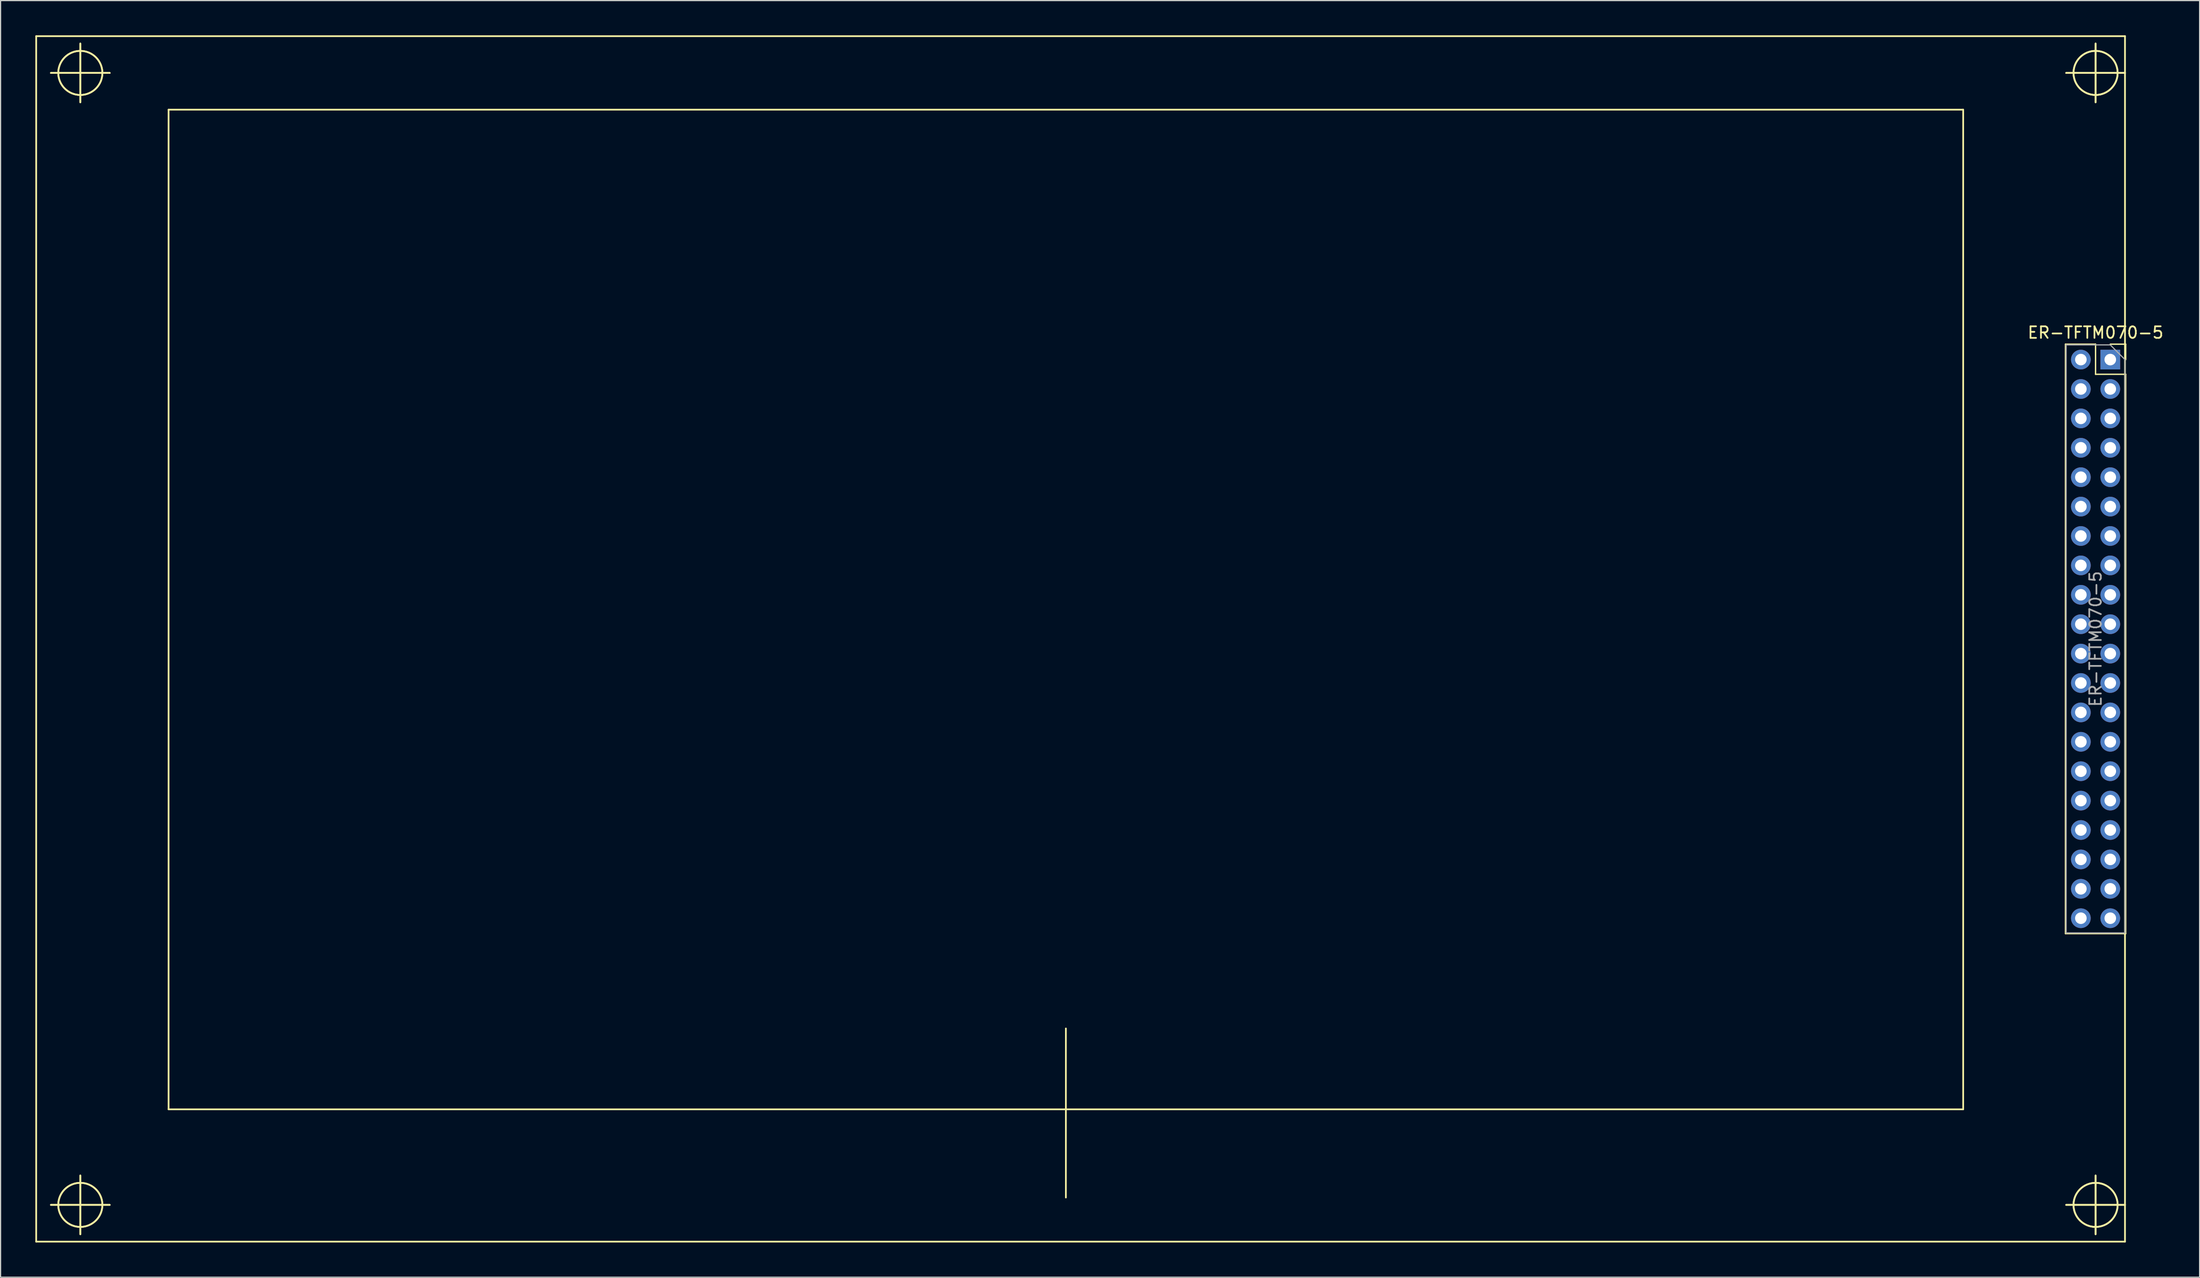
<source format=kicad_pcb>
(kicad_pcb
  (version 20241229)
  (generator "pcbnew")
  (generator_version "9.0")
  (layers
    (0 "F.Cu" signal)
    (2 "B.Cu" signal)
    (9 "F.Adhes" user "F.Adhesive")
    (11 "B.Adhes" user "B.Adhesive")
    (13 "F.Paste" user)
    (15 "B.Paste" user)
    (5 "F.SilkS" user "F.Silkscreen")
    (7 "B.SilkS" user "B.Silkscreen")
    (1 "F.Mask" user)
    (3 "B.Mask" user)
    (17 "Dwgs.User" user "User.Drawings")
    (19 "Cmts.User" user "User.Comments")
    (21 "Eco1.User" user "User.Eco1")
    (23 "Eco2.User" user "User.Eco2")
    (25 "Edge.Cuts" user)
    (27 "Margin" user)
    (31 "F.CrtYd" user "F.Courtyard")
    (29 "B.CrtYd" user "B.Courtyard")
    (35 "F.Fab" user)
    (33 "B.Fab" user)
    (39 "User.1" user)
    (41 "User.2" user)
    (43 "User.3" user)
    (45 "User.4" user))
  (footprint "ER-TFTM070-5"
    (layer "F.Cu")
    (at 179.145 28.015)
    (property "Reference" "ER-TFTM070-5" (at -1.27 -2.33 0) (layer "F.SilkS") (effects (font (size 1 1) (thickness 0.15))))
    (attr through_hole)
    (fp_line (start -179.07 -27.94) (end 1.27 -27.94) (stroke (width 0.15) (type solid)) (layer "F.SilkS"))
    (fp_line (start -179.07 76.2) (end -179.07 -27.94) (stroke (width 0.15) (type solid)) (layer "F.SilkS"))
    (fp_line (start -177.8 -24.765) (end -172.72 -24.765) (stroke (width 0.15) (type solid)) (layer "F.SilkS"))
    (fp_line (start -177.8 -24.765) (end -172.72 -24.765) (stroke (width 0.15) (type solid)) (layer "F.SilkS"))
    (fp_line (start -177.8 73.025) (end -172.72 73.025) (stroke (width 0.15) (type solid)) (layer "F.SilkS"))
    (fp_line (start -177.8 73.025) (end -172.72 73.025) (stroke (width 0.15) (type solid)) (layer "F.SilkS"))
    (fp_line (start -175.26 -27.305) (end -175.26 -26.67) (stroke (width 0.15) (type solid)) (layer "F.SilkS"))
    (fp_line (start -175.26 -27.305) (end -175.26 -26.67) (stroke (width 0.15) (type solid)) (layer "F.SilkS"))
    (fp_line (start -175.26 -26.67) (end -175.26 -22.225) (stroke (width 0.15) (type solid)) (layer "F.SilkS"))
    (fp_line (start -175.26 -26.67) (end -175.26 -22.225) (stroke (width 0.15) (type solid)) (layer "F.SilkS"))
    (fp_line (start -175.26 70.485) (end -175.26 71.12) (stroke (width 0.15) (type solid)) (layer "F.SilkS"))
    (fp_line (start -175.26 70.485) (end -175.26 71.12) (stroke (width 0.15) (type solid)) (layer "F.SilkS"))
    (fp_line (start -175.26 71.12) (end -175.26 75.565) (stroke (width 0.15) (type solid)) (layer "F.SilkS"))
    (fp_line (start -175.26 71.12) (end -175.26 75.565) (stroke (width 0.15) (type solid)) (layer "F.SilkS"))
    (fp_line (start -167.64 -21.59) (end -167.64 64.77) (stroke (width 0.15) (type solid)) (layer "F.SilkS"))
    (fp_line (start -167.64 64.77) (end -12.7 64.77) (stroke (width 0.15) (type solid)) (layer "F.SilkS"))
    (fp_line (start -90.17 57.785) (end -90.17 72.39) (stroke (width 0.15) (type solid)) (layer "F.SilkS"))
    (fp_line (start -12.7 -21.59) (end -167.64 -21.59) (stroke (width 0.15) (type solid)) (layer "F.SilkS"))
    (fp_line (start -12.7 64.77) (end -12.7 -21.59) (stroke (width 0.15) (type solid)) (layer "F.SilkS"))
    (fp_line (start -3.87 -1.33) (end -3.87 49.59) (stroke (width 0.12) (type solid)) (layer "F.SilkS"))
    (fp_line (start -3.81 -24.765) (end 1.27 -24.765) (stroke (width 0.15) (type solid)) (layer "F.SilkS"))
    (fp_line (start -3.81 -24.765) (end 1.27 -24.765) (stroke (width 0.15) (type solid)) (layer "F.SilkS"))
    (fp_line (start -3.81 73.025) (end 1.27 73.025) (stroke (width 0.15) (type solid)) (layer "F.SilkS"))
    (fp_line (start -3.81 73.025) (end 1.27 73.025) (stroke (width 0.15) (type solid)) (layer "F.SilkS"))
    (fp_line (start -1.27 -27.305) (end -1.27 -26.67) (stroke (width 0.15) (type solid)) (layer "F.SilkS"))
    (fp_line (start -1.27 -27.305) (end -1.27 -26.67) (stroke (width 0.15) (type solid)) (layer "F.SilkS"))
    (fp_line (start -1.27 -26.67) (end -1.27 -22.225) (stroke (width 0.15) (type solid)) (layer "F.SilkS"))
    (fp_line (start -1.27 -26.67) (end -1.27 -22.225) (stroke (width 0.15) (type solid)) (layer "F.SilkS"))
    (fp_line (start -1.27 -1.33) (end -3.87 -1.33) (stroke (width 0.12) (type solid)) (layer "F.SilkS"))
    (fp_line (start -1.27 1.27) (end -1.27 -1.33) (stroke (width 0.12) (type solid)) (layer "F.SilkS"))
    (fp_line (start -1.27 70.485) (end -1.27 71.12) (stroke (width 0.15) (type solid)) (layer "F.SilkS"))
    (fp_line (start -1.27 70.485) (end -1.27 71.12) (stroke (width 0.15) (type solid)) (layer "F.SilkS"))
    (fp_line (start -1.27 71.12) (end -1.27 75.565) (stroke (width 0.15) (type solid)) (layer "F.SilkS"))
    (fp_line (start -1.27 71.12) (end -1.27 75.565) (stroke (width 0.15) (type solid)) (layer "F.SilkS"))
    (fp_line (start 0 0) (end 0 0) (stroke (width 0.1) (type solid)) (layer "F.SilkS"))
    (fp_line (start 0 0) (end 0 0) (stroke (width 0.1) (type solid)) (layer "F.SilkS"))
    (fp_line (start 0 0) (end 0 0) (stroke (width 0.1) (type solid)) (layer "F.SilkS"))
    (fp_line (start 0 0) (end 0 0) (stroke (width 0.1) (type solid)) (layer "F.SilkS"))
    (fp_line (start 0 0) (end 0 0) (stroke (width 0.1) (type solid)) (layer "F.SilkS"))
    (fp_line (start 0 0) (end 0 0) (stroke (width 0.1) (type solid)) (layer "F.SilkS"))
    (fp_line (start 0 0) (end 0 0) (stroke (width 0.1) (type solid)) (layer "F.SilkS"))
    (fp_line (start 0 0) (end 0 0) (stroke (width 0.1) (type solid)) (layer "F.SilkS"))
    (fp_line (start 0 0) (end 0 0) (stroke (width 0.1) (type solid)) (layer "F.SilkS"))
    (fp_line (start 0 0) (end 0 0) (stroke (width 0.1) (type solid)) (layer "F.SilkS"))
    (fp_line (start 0 0) (end 0 0) (stroke (width 0.1) (type solid)) (layer "F.SilkS"))
    (fp_line (start 0 0) (end 0 0) (stroke (width 0.1) (type solid)) (layer "F.SilkS"))
    (fp_line (start 0 0) (end 0 0) (stroke (width 0.1) (type solid)) (layer "F.SilkS"))
    (fp_line (start 0 0) (end 0 0) (stroke (width 0.1) (type solid)) (layer "F.SilkS"))
    (fp_line (start 0 0) (end 0 0) (stroke (width 0.1) (type solid)) (layer "F.SilkS"))
    (fp_line (start 0 0) (end 0 0) (stroke (width 0.1) (type solid)) (layer "F.SilkS"))
    (fp_line (start 0 0) (end 0 0) (stroke (width 0.1) (type solid)) (layer "F.SilkS"))
    (fp_line (start 0 0) (end 0 0) (stroke (width 0.1) (type solid)) (layer "F.SilkS"))
    (fp_line (start 0 0) (end 0 0) (stroke (width 0.1) (type solid)) (layer "F.SilkS"))
    (fp_line (start 0 0) (end 0 0) (stroke (width 0.1) (type solid)) (layer "F.SilkS"))
    (fp_line (start 0 0) (end 0 0) (stroke (width 0.1) (type solid)) (layer "F.SilkS"))
    (fp_line (start 0 0) (end 0 0) (stroke (width 0.1) (type solid)) (layer "F.SilkS"))
    (fp_line (start 0 0) (end 0 0) (stroke (width 0.1) (type solid)) (layer "F.SilkS"))
    (fp_line (start 0 0) (end 0 0) (stroke (width 0.1) (type solid)) (layer "F.SilkS"))
    (fp_line (start 0 0) (end 0 0) (stroke (width 0.1) (type solid)) (layer "F.SilkS"))
    (fp_line (start 0 0) (end 0 0) (stroke (width 0.1) (type solid)) (layer "F.SilkS"))
    (fp_line (start 0 0) (end 0 0) (stroke (width 0.1) (type solid)) (layer "F.SilkS"))
    (fp_line (start 0 0) (end 0 0) (stroke (width 0.1) (type solid)) (layer "F.SilkS"))
    (fp_line (start 0 0) (end 0 0) (stroke (width 0.1) (type solid)) (layer "F.SilkS"))
    (fp_line (start 0 0) (end 0 0) (stroke (width 0.1) (type solid)) (layer "F.SilkS"))
    (fp_line (start 0 0) (end 0 0) (stroke (width 0.1) (type solid)) (layer "F.SilkS"))
    (fp_line (start 0 0) (end 0 0) (stroke (width 0.1) (type solid)) (layer "F.SilkS"))
    (fp_line (start 0 0) (end 0 0) (stroke (width 0.1) (type solid)) (layer "F.SilkS"))
    (fp_line (start 0 0) (end 0 0) (stroke (width 0.1) (type solid)) (layer "F.SilkS"))
    (fp_line (start 0 0) (end 0 0) (stroke (width 0.1) (type solid)) (layer "F.SilkS"))
    (fp_line (start 0 0) (end 0 0) (stroke (width 0.1) (type solid)) (layer "F.SilkS"))
    (fp_line (start 0 0) (end 0 0) (stroke (width 0.1) (type solid)) (layer "F.SilkS"))
    (fp_line (start 0 0) (end 0 0) (stroke (width 0.1) (type solid)) (layer "F.SilkS"))
    (fp_line (start 0 0) (end 0 0) (stroke (width 0.1) (type solid)) (layer "F.SilkS"))
    (fp_line (start 0 0) (end 0 0) (stroke (width 0.1) (type solid)) (layer "F.SilkS"))
    (fp_line (start 0 0) (end 0 0) (stroke (width 0.1) (type solid)) (layer "F.SilkS"))
    (fp_line (start 0 0) (end 0 0) (stroke (width 0.1) (type solid)) (layer "F.SilkS"))
    (fp_line (start 0 0) (end 0 0) (stroke (width 0.1) (type solid)) (layer "F.SilkS"))
    (fp_line (start 0 0) (end 0 0) (stroke (width 0.1) (type solid)) (layer "F.SilkS"))
    (fp_line (start 0 0) (end 0 0) (stroke (width 0.1) (type solid)) (layer "F.SilkS"))
    (fp_line (start 0 0) (end 0 0) (stroke (width 0.1) (type solid)) (layer "F.SilkS"))
    (fp_line (start 0 0) (end 0 0) (stroke (width 0.1) (type solid)) (layer "F.SilkS"))
    (fp_line (start 0 0) (end 0 0) (stroke (width 0.1) (type solid)) (layer "F.SilkS"))
    (fp_line (start 0 0) (end 0 0) (stroke (width 0.1) (type solid)) (layer "F.SilkS"))
    (fp_line (start 0 0) (end 0 0) (stroke (width 0.1) (type solid)) (layer "F.SilkS"))
    (fp_line (start 0 0) (end 0 0) (stroke (width 0.1) (type solid)) (layer "F.SilkS"))
    (fp_line (start 0 0) (end 0 0) (stroke (width 0.1) (type solid)) (layer "F.SilkS"))
    (fp_line (start 0 0) (end 0 0) (stroke (width 0.1) (type solid)) (layer "F.SilkS"))
    (fp_line (start 0 0) (end 0 0) (stroke (width 0.1) (type solid)) (layer "F.SilkS"))
    (fp_line (start 0 0) (end 0 0) (stroke (width 0.1) (type solid)) (layer "F.SilkS"))
    (fp_line (start 0 0) (end 0 0) (stroke (width 0.1) (type solid)) (layer "F.SilkS"))
    (fp_line (start 0 0) (end 0 0) (stroke (width 0.1) (type solid)) (layer "F.SilkS"))
    (fp_line (start 1.27 -27.94) (end 1.27 76.2) (stroke (width 0.15) (type solid)) (layer "F.SilkS"))
    (fp_line (start 1.27 76.2) (end -179.07 76.2) (stroke (width 0.15) (type solid)) (layer "F.SilkS"))
    (fp_line (start 1.33 -1.33) (end 0 -1.33) (stroke (width 0.12) (type solid)) (layer "F.SilkS"))
    (fp_line (start 1.33 0) (end 1.33 -1.33) (stroke (width 0.12) (type solid)) (layer "F.SilkS"))
    (fp_line (start 1.33 1.27) (end -1.27 1.27) (stroke (width 0.12) (type solid)) (layer "F.SilkS"))
    (fp_line (start 1.33 1.27) (end 1.33 49.59) (stroke (width 0.12) (type solid)) (layer "F.SilkS"))
    (fp_line (start 1.33 49.59) (end -3.87 49.59) (stroke (width 0.12) (type solid)) (layer "F.SilkS"))
    (fp_circle (center -175.26 -24.765) (end -177.165 -24.765) (stroke (width 0.15) (type solid)) (fill no) (layer "F.SilkS"))
    (fp_circle (center -175.26 -24.765) (end -177.165 -24.765) (stroke (width 0.15) (type solid)) (fill no) (layer "F.SilkS"))
    (fp_circle (center -175.26 73.025) (end -177.165 73.025) (stroke (width 0.15) (type solid)) (fill no) (layer "F.SilkS"))
    (fp_circle (center -175.26 73.025) (end -177.165 73.025) (stroke (width 0.15) (type solid)) (fill no) (layer "F.SilkS"))
    (fp_circle (center -1.27 -24.765) (end -3.175 -24.765) (stroke (width 0.15) (type solid)) (fill no) (layer "F.SilkS"))
    (fp_circle (center -1.27 -24.765) (end -3.175 -24.765) (stroke (width 0.15) (type solid)) (fill no) (layer "F.SilkS"))
    (fp_circle (center -1.27 73.025) (end -3.175 73.025) (stroke (width 0.15) (type solid)) (fill no) (layer "F.SilkS"))
    (fp_circle (center -1.27 73.025) (end -3.175 73.025) (stroke (width 0.15) (type solid)) (fill no) (layer "F.SilkS"))
    (fp_circle (center 0 0) (end 0 0) (stroke (width 0.1) (type solid)) (fill no) (layer "F.SilkS"))
    (fp_circle (center 0 0) (end 0 0) (stroke (width 0.1) (type solid)) (fill no) (layer "F.SilkS"))
    (fp_circle (center 0 0) (end 0 0) (stroke (width 0.1) (type solid)) (fill no) (layer "F.SilkS"))
    (fp_circle (center 0 0) (end 0 0) (stroke (width 0.1) (type solid)) (fill no) (layer "F.SilkS"))
    (fp_circle (center 0 0) (end 0 0) (stroke (width 0.1) (type solid)) (fill no) (layer "F.SilkS"))
    (fp_circle (center 0 0) (end 0 0) (stroke (width 0.1) (type solid)) (fill no) (layer "F.SilkS"))
    (fp_circle (center 0 0) (end 0 0) (stroke (width 0.1) (type solid)) (fill no) (layer "F.SilkS"))
    (fp_circle (center 0 0) (end 0 0) (stroke (width 0.1) (type solid)) (fill no) (layer "F.SilkS"))
    (fp_line (start -3.81 -1.27) (end -3.81 49.53) (stroke (width 0.1) (type solid)) (layer "F.Fab"))
    (fp_line (start -3.81 49.53) (end 1.27 49.53) (stroke (width 0.1) (type solid)) (layer "F.Fab"))
    (fp_line (start 0 -1.27) (end -3.81 -1.27) (stroke (width 0.1) (type solid)) (layer "F.Fab"))
    (fp_line (start 1.27 0) (end 0 -1.27) (stroke (width 0.1) (type solid)) (layer "F.Fab"))
    (fp_line (start 1.27 49.53) (end 1.27 0) (stroke (width 0.1) (type solid)) (layer "F.Fab"))
    (fp_text user "${REFERENCE}" (at -1.27 24.13 270) (layer "F.Fab") (effects (font (size 1 1) (thickness 0.15))))
    (pad "1" thru_hole rect (at 0 0) (size 1.7 1.7) (drill 1) (layers "*.Cu" "*.Mask"))
    (pad "2" thru_hole oval (at -2.54 0) (size 1.7 1.7) (drill 1) (layers "*.Cu" "*.Mask"))
    (pad "3" thru_hole oval (at 0 2.54) (size 1.7 1.7) (drill 1) (layers "*.Cu" "*.Mask"))
    (pad "4" thru_hole oval (at -2.54 2.54) (size 1.7 1.7) (drill 1) (layers "*.Cu" "*.Mask"))
    (pad "5" thru_hole oval (at 0 5.08) (size 1.7 1.7) (drill 1) (layers "*.Cu" "*.Mask"))
    (pad "6" thru_hole oval (at -2.54 5.08) (size 1.7 1.7) (drill 1) (layers "*.Cu" "*.Mask"))
    (pad "7" thru_hole oval (at 0 7.62) (size 1.7 1.7) (drill 1) (layers "*.Cu" "*.Mask"))
    (pad "8" thru_hole oval (at -2.54 7.62) (size 1.7 1.7) (drill 1) (layers "*.Cu" "*.Mask"))
    (pad "9" thru_hole oval (at 0 10.16) (size 1.7 1.7) (drill 1) (layers "*.Cu" "*.Mask"))
    (pad "10" thru_hole oval (at -2.54 10.16) (size 1.7 1.7) (drill 1) (layers "*.Cu" "*.Mask"))
    (pad "11" thru_hole oval (at 0 12.7) (size 1.7 1.7) (drill 1) (layers "*.Cu" "*.Mask"))
    (pad "12" thru_hole oval (at -2.54 12.7) (size 1.7 1.7) (drill 1) (layers "*.Cu" "*.Mask"))
    (pad "13" thru_hole oval (at 0 15.24) (size 1.7 1.7) (drill 1) (layers "*.Cu" "*.Mask"))
    (pad "14" thru_hole oval (at -2.54 15.24) (size 1.7 1.7) (drill 1) (layers "*.Cu" "*.Mask"))
    (pad "15" thru_hole oval (at 0 17.78) (size 1.7 1.7) (drill 1) (layers "*.Cu" "*.Mask"))
    (pad "16" thru_hole oval (at -2.54 17.78) (size 1.7 1.7) (drill 1) (layers "*.Cu" "*.Mask"))
    (pad "17" thru_hole oval (at 0 20.32) (size 1.7 1.7) (drill 1) (layers "*.Cu" "*.Mask"))
    (pad "18" thru_hole oval (at -2.54 20.32) (size 1.7 1.7) (drill 1) (layers "*.Cu" "*.Mask"))
    (pad "19" thru_hole oval (at 0 22.86) (size 1.7 1.7) (drill 1) (layers "*.Cu" "*.Mask"))
    (pad "20" thru_hole oval (at -2.54 22.86) (size 1.7 1.7) (drill 1) (layers "*.Cu" "*.Mask"))
    (pad "21" thru_hole oval (at 0 25.4) (size 1.7 1.7) (drill 1) (layers "*.Cu" "*.Mask"))
    (pad "22" thru_hole oval (at -2.54 25.4) (size 1.7 1.7) (drill 1) (layers "*.Cu" "*.Mask"))
    (pad "23" thru_hole oval (at 0 27.94) (size 1.7 1.7) (drill 1) (layers "*.Cu" "*.Mask"))
    (pad "24" thru_hole oval (at -2.54 27.94) (size 1.7 1.7) (drill 1) (layers "*.Cu" "*.Mask"))
    (pad "25" thru_hole oval (at 0 30.48) (size 1.7 1.7) (drill 1) (layers "*.Cu" "*.Mask"))
    (pad "26" thru_hole oval (at -2.54 30.48) (size 1.7 1.7) (drill 1) (layers "*.Cu" "*.Mask"))
    (pad "27" thru_hole oval (at 0 33.02) (size 1.7 1.7) (drill 1) (layers "*.Cu" "*.Mask"))
    (pad "28" thru_hole oval (at -2.54 33.02) (size 1.7 1.7) (drill 1) (layers "*.Cu" "*.Mask"))
    (pad "29" thru_hole oval (at 0 35.56) (size 1.7 1.7) (drill 1) (layers "*.Cu" "*.Mask"))
    (pad "30" thru_hole oval (at -2.54 35.56) (size 1.7 1.7) (drill 1) (layers "*.Cu" "*.Mask"))
    (pad "31" thru_hole oval (at 0 38.1) (size 1.7 1.7) (drill 1) (layers "*.Cu" "*.Mask"))
    (pad "32" thru_hole oval (at -2.54 38.1) (size 1.7 1.7) (drill 1) (layers "*.Cu" "*.Mask"))
    (pad "33" thru_hole oval (at 0 40.64) (size 1.7 1.7) (drill 1) (layers "*.Cu" "*.Mask"))
    (pad "34" thru_hole oval (at -2.54 40.64) (size 1.7 1.7) (drill 1) (layers "*.Cu" "*.Mask"))
    (pad "35" thru_hole oval (at 0 43.18) (size 1.7 1.7) (drill 1) (layers "*.Cu" "*.Mask"))
    (pad "36" thru_hole oval (at -2.54 43.18) (size 1.7 1.7) (drill 1) (layers "*.Cu" "*.Mask"))
    (pad "37" thru_hole oval (at 0 45.72) (size 1.7 1.7) (drill 1) (layers "*.Cu" "*.Mask"))
    (pad "38" thru_hole oval (at -2.54 45.72) (size 1.7 1.7) (drill 1) (layers "*.Cu" "*.Mask"))
    (pad "39" thru_hole oval (at 0 48.26) (size 1.7 1.7) (drill 1) (layers "*.Cu" "*.Mask"))
    (pad "40" thru_hole oval (at -2.54 48.26) (size 1.7 1.7) (drill 1) (layers "*.Cu" "*.Mask")))
  (gr_rect
    (start -3 -3)
    (end 186.857 107.29)
    (stroke (width 0.1) (type default))
    (fill no)
    (layer "Edge.Cuts")))
</source>
